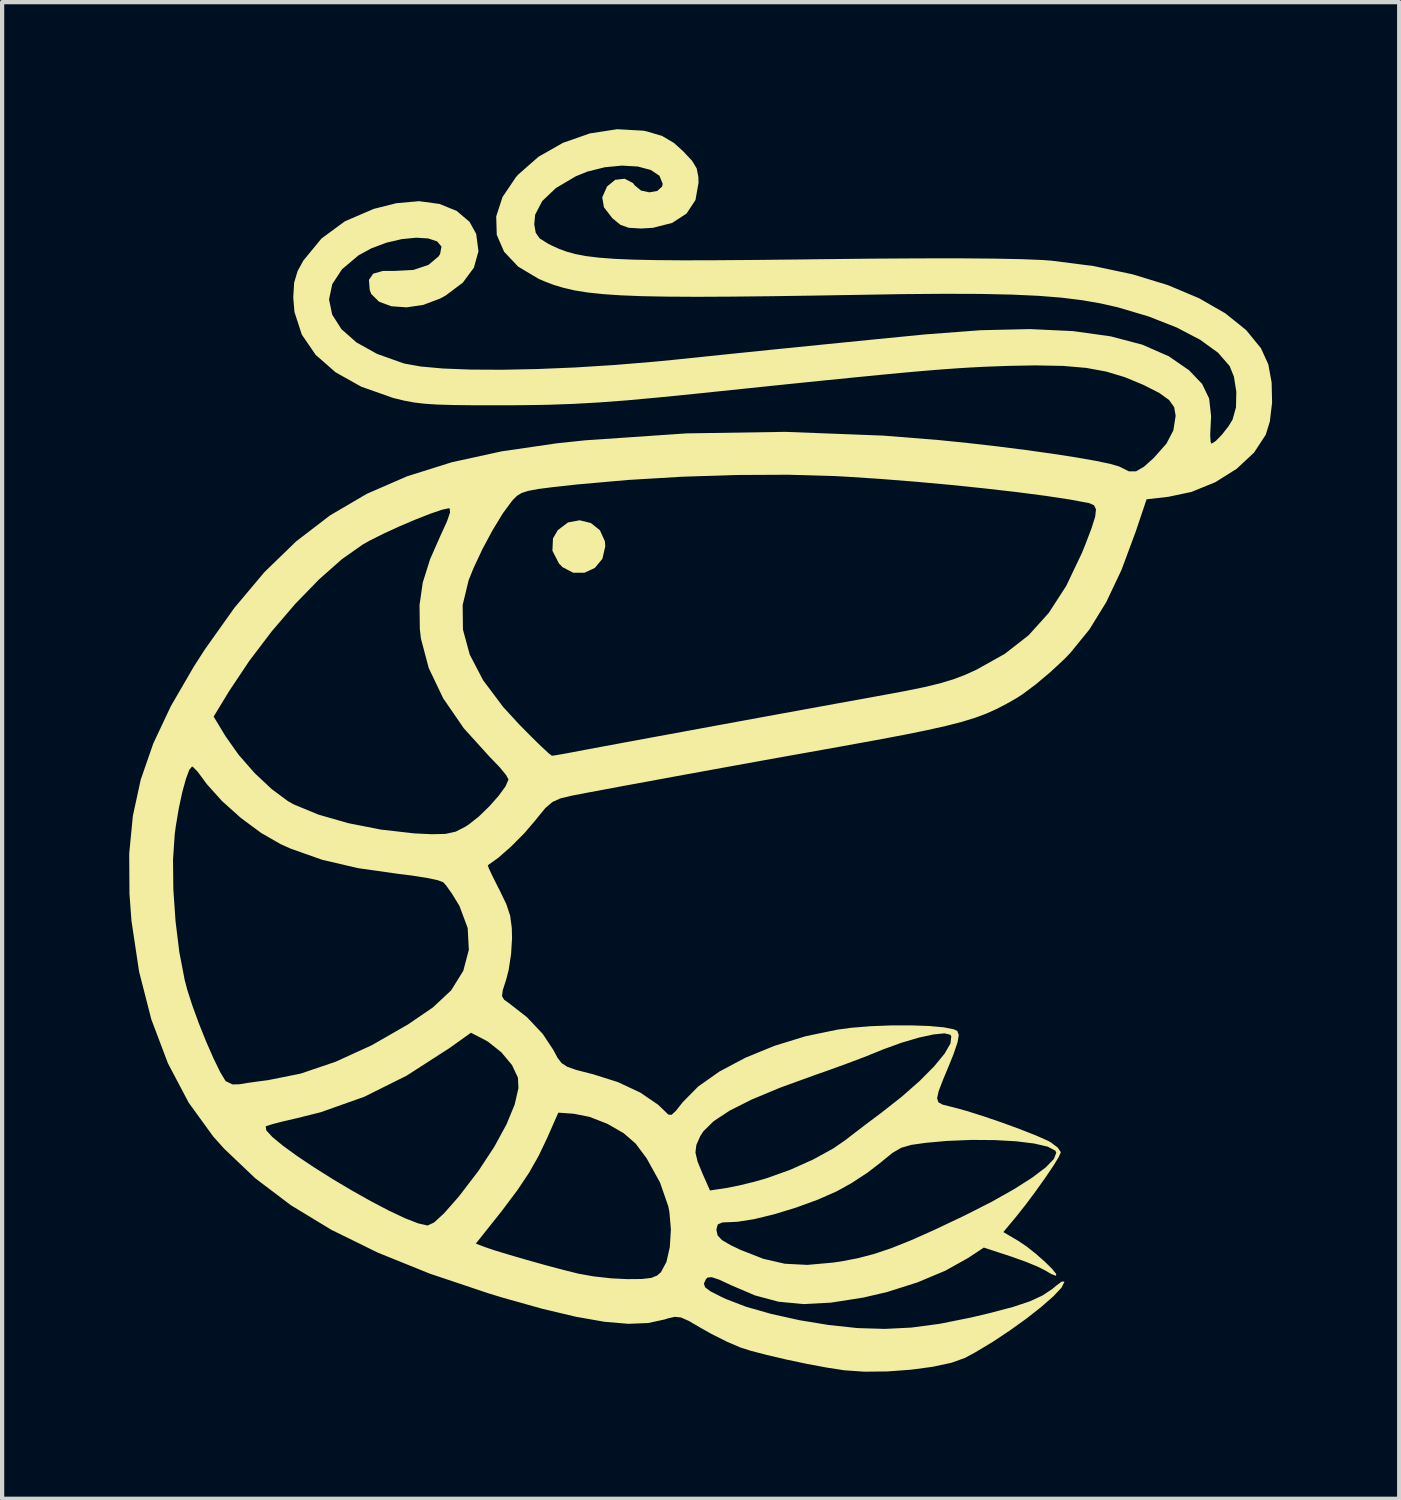
<source format=kicad_pcb>
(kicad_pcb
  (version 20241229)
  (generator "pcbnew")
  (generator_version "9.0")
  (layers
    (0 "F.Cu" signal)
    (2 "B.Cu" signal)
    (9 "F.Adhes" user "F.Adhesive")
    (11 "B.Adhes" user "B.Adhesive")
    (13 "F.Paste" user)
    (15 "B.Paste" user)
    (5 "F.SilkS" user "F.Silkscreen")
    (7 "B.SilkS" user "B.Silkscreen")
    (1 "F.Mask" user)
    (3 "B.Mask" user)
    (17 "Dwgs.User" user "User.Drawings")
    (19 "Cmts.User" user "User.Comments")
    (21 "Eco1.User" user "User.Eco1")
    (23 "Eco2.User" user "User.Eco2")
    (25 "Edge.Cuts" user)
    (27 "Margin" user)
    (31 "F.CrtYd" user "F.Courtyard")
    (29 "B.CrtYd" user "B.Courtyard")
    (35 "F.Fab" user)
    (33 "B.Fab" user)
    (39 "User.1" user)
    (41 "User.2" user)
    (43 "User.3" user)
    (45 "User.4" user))
  (footprint "prawn_logo_inverted"
    (layer "F.Cu")
    (at 13.524 14.705)
    (property "Reference" "prawn_logo_inverted" (at 8.37 4.28 0) (layer "User.9") (effects (font (size 1.5 1.5) (thickness 0.3))))
    (attr board_only exclude_from_pos_files exclude_from_bom)
    (fp_poly (pts (xy -2.625 -5.408) (xy -2.413 -5.238) (xy -2.296 -4.979) (xy -2.286 -4.862) (xy -2.354 -4.565) (xy -2.531 -4.351) (xy -2.775 -4.236) (xy -3.044 -4.236) (xy -3.296 -4.367) (xy -3.381 -4.456) (xy -3.534 -4.755) (xy -3.521 -5.044) (xy -3.408 -5.24) (xy -3.166 -5.423) (xy -2.891 -5.474)) (stroke (width 0) (type solid)) (fill yes) (layer "F.SilkS"))
    (fp_poly (pts (xy -1.387 -14.67) (xy -1.301 -14.652) (xy -0.943 -14.545) (xy -0.664 -14.38) (xy -0.445 -14.182) (xy -0.237 -13.959) (xy -0.129 -13.78) (xy -0.089 -13.582) (xy -0.085 -13.442) (xy -0.157 -13.034) (xy -0.368 -12.714) (xy -0.707 -12.493) (xy -1.164 -12.377) (xy -1.443 -12.361) (xy -1.732 -12.378) (xy -1.929 -12.448) (xy -2.113 -12.599) (xy -2.123 -12.609) (xy -2.318 -12.862) (xy -2.358 -13.097) (xy -2.247 -13.347) (xy -2.239 -13.358) (xy -2.052 -13.51) (xy -1.83 -13.536) (xy -1.635 -13.436) (xy -1.589 -13.377) (xy -1.443 -13.257) (xy -1.247 -13.215) (xy -1.061 -13.247) (xy -0.945 -13.35) (xy -0.931 -13.416) (xy -1.007 -13.606) (xy -1.213 -13.743) (xy -1.517 -13.824) (xy -1.89 -13.846) (xy -2.298 -13.807) (xy -2.711 -13.704) (xy -2.984 -13.593) (xy -3.452 -13.316) (xy -3.774 -13.01) (xy -3.942 -12.687) (xy -3.963 -12.459) (xy -3.928 -12.261) (xy -3.835 -12.127) (xy -3.64 -12.005) (xy -3.556 -11.962) (xy -3.379 -11.881) (xy -3.193 -11.813) (xy -2.983 -11.756) (xy -2.735 -11.709) (xy -2.435 -11.673) (xy -2.069 -11.645) (xy -1.623 -11.626) (xy -1.082 -11.615) (xy -0.433 -11.61) (xy 0.339 -11.612) (xy 1.247 -11.619) (xy 2.307 -11.63) (xy 2.667 -11.635) (xy 3.967 -11.649) (xy 5.107 -11.656) (xy 6.087 -11.657) (xy 6.903 -11.65) (xy 7.555 -11.637) (xy 8.04 -11.617) (xy 8.246 -11.602) (xy 9.238 -11.475) (xy 10.159 -11.28) (xy 10.993 -11.025) (xy 11.728 -10.716) (xy 12.348 -10.36) (xy 12.841 -9.964) (xy 13.191 -9.535) (xy 13.364 -9.156) (xy 13.443 -8.727) (xy 13.454 -8.252) (xy 13.4 -7.802) (xy 13.304 -7.493) (xy 13.028 -7.071) (xy 12.619 -6.69) (xy 12.115 -6.373) (xy 11.55 -6.143) (xy 11.006 -6.028) (xy 10.491 -5.969) (xy 10.235 -5.207) (xy 9.899 -4.302) (xy 9.539 -3.541) (xy 9.142 -2.897) (xy 8.693 -2.345) (xy 8.554 -2.201) (xy 8.227 -1.896) (xy 7.879 -1.603) (xy 7.563 -1.367) (xy 7.429 -1.28) (xy 7.183 -1.14) (xy 6.948 -1.018) (xy 6.707 -0.91) (xy 6.441 -0.811) (xy 6.132 -0.716) (xy 5.762 -0.621) (xy 5.312 -0.52) (xy 4.764 -0.409) (xy 4.101 -0.284) (xy 3.304 -0.139) (xy 2.54 -0.002) (xy 2.007 0.093) (xy 1.4 0.202) (xy 0.745 0.321) (xy 0.068 0.444) (xy -0.607 0.567) (xy -1.251 0.686) (xy -1.841 0.794) (xy -2.35 0.889) (xy -2.752 0.964) (xy -3.021 1.016) (xy -3.074 1.026) (xy -3.342 1.09) (xy -3.531 1.174) (xy -3.696 1.314) (xy -3.891 1.55) (xy -3.94 1.613) (xy -4.199 1.915) (xy -4.506 2.224) (xy -4.81 2.492) (xy -5.06 2.67) (xy -5.034 2.745) (xy -4.946 2.932) (xy -4.815 3.194) (xy -4.784 3.252) (xy -4.621 3.59) (xy -4.531 3.863) (xy -4.493 4.149) (xy -4.487 4.394) (xy -4.51 4.768) (xy -4.568 5.146) (xy -4.628 5.377) (xy -4.707 5.621) (xy -4.724 5.758) (xy -4.675 5.843) (xy -4.565 5.921) (xy -4.135 6.256) (xy -3.764 6.649) (xy -3.513 7.028) (xy -3.413 7.215) (xy -3.317 7.34) (xy -3.183 7.427) (xy -2.972 7.501) (xy -2.643 7.586) (xy -2.58 7.601) (xy -1.986 7.789) (xy -1.459 8.036) (xy -1.041 8.321) (xy -0.89 8.465) (xy -0.799 8.554) (xy -0.722 8.561) (xy -0.621 8.469) (xy -0.458 8.262) (xy -0.094 7.893) (xy 0.408 7.539) (xy 1.019 7.214) (xy 1.707 6.932) (xy 2.441 6.706) (xy 3.192 6.55) (xy 3.508 6.507) (xy 3.972 6.469) (xy 4.457 6.45) (xy 4.931 6.449) (xy 5.36 6.464) (xy 5.709 6.496) (xy 5.945 6.543) (xy 6.024 6.583) (xy 6.058 6.676) (xy 6.029 6.85) (xy 5.933 7.131) (xy 5.849 7.341) (xy 5.685 7.736) (xy 5.583 8.002) (xy 5.546 8.168) (xy 5.576 8.264) (xy 5.674 8.319) (xy 5.843 8.362) (xy 5.926 8.382) (xy 6.251 8.471) (xy 6.652 8.598) (xy 7.088 8.747) (xy 7.512 8.903) (xy 7.881 9.048) (xy 8.152 9.168) (xy 8.228 9.209) (xy 8.392 9.332) (xy 8.466 9.44) (xy 8.467 9.445) (xy 8.418 9.556) (xy 8.289 9.767) (xy 8.1 10.046) (xy 7.876 10.361) (xy 7.639 10.679) (xy 7.412 10.966) (xy 7.368 11.019) (xy 7.11 11.328) (xy 7.471 11.541) (xy 7.667 11.674) (xy 7.886 11.848) (xy 8.095 12.033) (xy 8.263 12.199) (xy 8.358 12.318) (xy 8.353 12.361) (xy 8.243 12.319) (xy 8.094 12.232) (xy 7.918 12.143) (xy 7.637 12.028) (xy 7.309 11.911) (xy 7.273 11.899) (xy 6.649 11.694) (xy 6.281 11.938) (xy 5.74 12.24) (xy 5.085 12.515) (xy 4.367 12.743) (xy 3.797 12.876) (xy 3.039 12.994) (xy 2.388 13.028) (xy 1.804 12.972) (xy 1.246 12.823) (xy 0.694 12.587) (xy 0.404 12.452) (xy 0.227 12.393) (xy 0.128 12.401) (xy 0.086 12.445) (xy 0.041 12.546) (xy 0.07 12.632) (xy 0.197 12.727) (xy 0.446 12.854) (xy 0.573 12.913) (xy 1.042 13.093) (xy 1.633 13.261) (xy 2.295 13.408) (xy 2.981 13.521) (xy 3.642 13.592) (xy 3.682 13.595) (xy 4.312 13.614) (xy 4.936 13.583) (xy 5.601 13.495) (xy 6.35 13.345) (xy 6.808 13.236) (xy 7.34 13.095) (xy 7.738 12.962) (xy 8.037 12.824) (xy 8.273 12.666) (xy 8.361 12.591) (xy 8.491 12.495) (xy 8.551 12.499) (xy 8.551 12.504) (xy 8.483 12.64) (xy 8.294 12.842) (xy 8.01 13.091) (xy 7.657 13.369) (xy 7.26 13.654) (xy 6.845 13.929) (xy 6.437 14.173) (xy 6.201 14.3) (xy 5.881 14.414) (xy 5.438 14.509) (xy 4.919 14.578) (xy 4.368 14.618) (xy 3.832 14.624) (xy 3.356 14.591) (xy 3.344 14.589) (xy 2.948 14.528) (xy 2.481 14.441) (xy 1.992 14.338) (xy 1.53 14.23) (xy 1.143 14.129) (xy 0.902 14.052) (xy 0.581 13.914) (xy 0.213 13.729) (xy -0.047 13.582) (xy -0.318 13.424) (xy -0.499 13.344) (xy -0.645 13.329) (xy -0.81 13.366) (xy -0.889 13.392) (xy -1.274 13.475) (xy -1.741 13.494) (xy -2.304 13.446) (xy -2.976 13.328) (xy -3.769 13.14) (xy -4.696 12.88) (xy -5.038 12.776) (xy -6.427 12.31) (xy -7.662 11.811) (xy -8.09 11.6) (xy -5.342 11.6) (xy -5.12 11.685) (xy -4.895 11.761) (xy -4.552 11.865) (xy -4.137 11.986) (xy -3.694 12.11) (xy -3.27 12.223) (xy -2.921 12.31) (xy -2.565 12.374) (xy -2.137 12.421) (xy -1.77 12.439) (xy -1.425 12.436) (xy -1.204 12.411) (xy -1.063 12.355) (xy -0.972 12.275) (xy -0.843 12.034) (xy -0.763 11.682) (xy -0.739 11.29) (xy 0.339 11.29) (xy 0.366 11.409) (xy 0.468 11.517) (xy 0.676 11.639) (xy 0.91 11.75) (xy 1.446 11.96) (xy 1.953 12.076) (xy 2.485 12.103) (xy 3.097 12.048) (xy 3.296 12.018) (xy 3.678 11.945) (xy 4.056 11.846) (xy 4.461 11.71) (xy 4.922 11.526) (xy 5.468 11.283) (xy 6.129 10.97) (xy 6.214 10.929) (xy 6.832 10.615) (xy 7.362 10.316) (xy 7.793 10.042) (xy 8.112 9.8) (xy 8.305 9.601) (xy 8.36 9.454) (xy 8.337 9.406) (xy 8.157 9.312) (xy 7.839 9.238) (xy 7.411 9.185) (xy 6.905 9.157) (xy 6.349 9.153) (xy 5.774 9.177) (xy 5.275 9.222) (xy 4.938 9.27) (xy 4.701 9.338) (xy 4.495 9.457) (xy 4.249 9.657) (xy 4.219 9.683) (xy 3.903 9.926) (xy 3.519 10.177) (xy 3.177 10.366) (xy 2.725 10.565) (xy 2.218 10.75) (xy 1.702 10.908) (xy 1.225 11.024) (xy 0.833 11.085) (xy 0.71 11.091) (xy 0.478 11.101) (xy 0.37 11.147) (xy 0.339 11.253) (xy 0.339 11.29) (xy -0.739 11.29) (xy -0.737 11.27) (xy -0.773 10.851) (xy -0.799 10.72) (xy -0.995 10.157) (xy -1.308 9.591) (xy -1.411 9.452) (xy -0.158 9.452) (xy -0.107 9.666) (xy 0.008 9.946) (xy 0.185 10.346) (xy 0.573 10.288) (xy 0.867 10.23) (xy 1.231 10.141) (xy 1.518 10.059) (xy 2.075 9.86) (xy 2.621 9.615) (xy 3.098 9.353) (xy 3.387 9.153) (xy 3.603 8.986) (xy 3.895 8.763) (xy 4.205 8.531) (xy 4.233 8.51) (xy 4.717 8.129) (xy 5.136 7.76) (xy 5.476 7.417) (xy 5.723 7.117) (xy 5.862 6.875) (xy 5.881 6.707) (xy 5.857 6.669) (xy 5.72 6.637) (xy 5.46 6.663) (xy 5.111 6.739) (xy 4.706 6.859) (xy 4.278 7.014) (xy 4.127 7.076) (xy 3.821 7.199) (xy 3.415 7.352) (xy 2.969 7.514) (xy 2.667 7.62) (xy 1.84 7.92) (xy 1.171 8.199) (xy 0.652 8.46) (xy 0.274 8.709) (xy 0.029 8.95) (xy -0.046 9.066) (xy -0.137 9.273) (xy -0.158 9.452) (xy -1.411 9.452) (xy -1.569 9.24) (xy -1.852 8.994) (xy -2.236 8.773) (xy -2.657 8.609) (xy -3.031 8.535) (xy -3.395 8.509) (xy -3.656 9.102) (xy -3.859 9.528) (xy -4.084 9.925) (xy -4.359 10.337) (xy -4.712 10.808) (xy -4.886 11.028) (xy -5.342 11.6) (xy -8.09 11.6) (xy -8.752 11.275) (xy -9.71 10.693) (xy -10.548 10.059) (xy -11.277 9.366) (xy -11.542 9.071) (xy -11.713 8.835) (xy -10.302 8.835) (xy -10.288 8.928) (xy -10.144 9.085) (xy -9.894 9.291) (xy -9.559 9.534) (xy -9.162 9.8) (xy -8.724 10.076) (xy -8.268 10.347) (xy -7.816 10.601) (xy -7.39 10.824) (xy -7.011 11.003) (xy -6.703 11.123) (xy -6.487 11.172) (xy -6.477 11.172) (xy -6.327 11.102) (xy -6.093 10.887) (xy -5.777 10.528) (xy -5.718 10.457) (xy -5.275 9.877) (xy -4.905 9.313) (xy -4.618 8.786) (xy -4.425 8.318) (xy -4.336 7.929) (xy -4.348 7.683) (xy -4.489 7.384) (xy -4.741 7.083) (xy -5.054 6.835) (xy -5.152 6.78) (xy -5.457 6.623) (xy -5.967 6.987) (xy -6.977 7.637) (xy -7.979 8.136) (xy -9.003 8.499) (xy -9.554 8.637) (xy -9.879 8.712) (xy -10.136 8.778) (xy -10.284 8.825) (xy -10.302 8.835) (xy -11.713 8.835) (xy -12.121 8.272) (xy -12.61 7.345) (xy -13.002 6.307) (xy -13.291 5.179) (xy -13.471 3.978) (xy -13.518 3.344) (xy -13.523 2.538) (xy -12.49 2.538) (xy -12.482 3.246) (xy -12.43 3.995) (xy -12.34 4.725) (xy -12.215 5.375) (xy -12.153 5.611) (xy -12.031 5.989) (xy -11.876 6.413) (xy -11.704 6.841) (xy -11.532 7.233) (xy -11.377 7.55) (xy -11.257 7.751) (xy -11.245 7.766) (xy -11.086 7.843) (xy -10.93 7.84) (xy -10.719 7.806) (xy -10.424 7.765) (xy -10.245 7.742) (xy -9.478 7.588) (xy -8.65 7.307) (xy -7.795 6.916) (xy -6.945 6.428) (xy -6.356 6.026) (xy -5.923 5.621) (xy -5.638 5.161) (xy -5.507 4.665) (xy -5.534 4.152) (xy -5.724 3.641) (xy -5.75 3.594) (xy -5.904 3.343) (xy -6.043 3.147) (xy -6.111 3.071) (xy -6.239 3.023) (xy -6.496 2.968) (xy -6.841 2.914) (xy -7.156 2.875) (xy -8.127 2.737) (xy -8.967 2.541) (xy -9.709 2.279) (xy -9.95 2.171) (xy -10.409 1.907) (xy -10.888 1.553) (xy -11.333 1.154) (xy -11.691 0.756) (xy -11.777 0.638) (xy -11.915 0.454) (xy -12.019 0.349) (xy -12.041 0.339) (xy -12.106 0.417) (xy -12.185 0.629) (xy -12.271 0.943) (xy -12.353 1.324) (xy -12.423 1.74) (xy -12.449 1.93) (xy -12.49 2.538) (xy -13.523 2.538) (xy -13.524 2.395) (xy -13.438 1.505) (xy -13.252 0.648) (xy -12.955 -0.207) (xy -12.657 -0.84) (xy -11.531 -0.84) (xy -11.252 -0.378) (xy -10.943 0.06) (xy -10.566 0.491) (xy -10.163 0.87) (xy -9.776 1.157) (xy -9.645 1.231) (xy -9.06 1.473) (xy -8.358 1.675) (xy -7.587 1.827) (xy -6.798 1.917) (xy -6.384 1.937) (xy -6.057 1.929) (xy -5.818 1.877) (xy -5.587 1.758) (xy -5.506 1.705) (xy -5.271 1.519) (xy -5.026 1.282) (xy -4.805 1.032) (xy -4.642 0.809) (xy -4.573 0.651) (xy -4.572 0.641) (xy -4.629 0.538) (xy -4.778 0.357) (xy -4.989 0.137) (xy -5.003 0.124) (xy -5.626 -0.564) (xy -6.113 -1.272) (xy -6.453 -1.984) (xy -6.639 -2.686) (xy -6.664 -2.91) (xy -6.671 -3.472) (xy -6.671 -3.474) (xy -5.653 -3.474) (xy -5.646 -2.893) (xy -5.486 -2.304) (xy -5.171 -1.699) (xy -4.697 -1.067) (xy -4.327 -0.664) (xy -4.044 -0.377) (xy -3.804 -0.142) (xy -3.63 0.02) (xy -3.548 0.084) (xy -3.546 0.085) (xy -3.441 0.07) (xy -3.224 0.032) (xy -3.038 -0.003) (xy -2.758 -0.056) (xy -2.335 -0.135) (xy -1.796 -0.235) (xy -1.164 -0.352) (xy -0.466 -0.48) (xy 0.275 -0.617) (xy 1.034 -0.756) (xy 1.786 -0.894) (xy 2.505 -1.025) (xy 3.168 -1.146) (xy 3.749 -1.251) (xy 4.149 -1.324) (xy 4.761 -1.437) (xy 5.239 -1.534) (xy 5.616 -1.625) (xy 5.924 -1.718) (xy 6.198 -1.821) (xy 6.471 -1.944) (xy 6.477 -1.947) (xy 7.144 -2.321) (xy 7.705 -2.758) (xy 8.18 -3.284) (xy 8.593 -3.922) (xy 8.963 -4.698) (xy 9.046 -4.902) (xy 9.196 -5.297) (xy 9.279 -5.565) (xy 9.297 -5.732) (xy 9.252 -5.826) (xy 9.147 -5.875) (xy 9.123 -5.881) (xy 8.69 -5.962) (xy 8.119 -6.049) (xy 7.438 -6.138) (xy 6.678 -6.225) (xy 5.869 -6.309) (xy 5.041 -6.384) (xy 4.223 -6.449) (xy 3.446 -6.5) (xy 3.138 -6.517) (xy 2.028 -6.549) (xy 0.808 -6.543) (xy -0.468 -6.502) (xy -1.744 -6.426) (xy -2.965 -6.318) (xy -3.048 -6.309) (xy -3.528 -6.256) (xy -3.87 -6.212) (xy -4.104 -6.168) (xy -4.26 -6.118) (xy -4.369 -6.052) (xy -4.459 -5.964) (xy -4.491 -5.927) (xy -4.704 -5.638) (xy -4.945 -5.243) (xy -5.186 -4.794) (xy -5.397 -4.344) (xy -5.512 -4.058) (xy -5.653 -3.474) (xy -6.671 -3.474) (xy -6.595 -4.002) (xy -6.422 -4.554) (xy -6.181 -5.101) (xy -6.024 -5.444) (xy -5.951 -5.656) (xy -5.958 -5.75) (xy -5.981 -5.757) (xy -6.144 -5.722) (xy -6.418 -5.628) (xy -6.765 -5.492) (xy -7.145 -5.33) (xy -7.518 -5.159) (xy -7.844 -4.996) (xy -8.011 -4.902) (xy -8.504 -4.555) (xy -9.042 -4.079) (xy -9.602 -3.503) (xy -10.159 -2.853) (xy -10.689 -2.155) (xy -11.168 -1.437) (xy -11.217 -1.356) (xy -11.531 -0.84) (xy -12.657 -0.84) (xy -12.54 -1.088) (xy -11.997 -2.023) (xy -11.735 -2.43) (xy -11.042 -3.406) (xy -10.331 -4.251) (xy -9.584 -4.975) (xy -8.786 -5.587) (xy -7.918 -6.097) (xy -6.964 -6.512) (xy -5.908 -6.844) (xy -4.732 -7.101) (xy -3.42 -7.292) (xy -2.752 -7.362) (xy -0.366 -7.525) (xy 1.961 -7.561) (xy 4.281 -7.472) (xy 5.588 -7.367) (xy 6.277 -7.297) (xy 6.967 -7.218) (xy 7.636 -7.133) (xy 8.259 -7.046) (xy 8.814 -6.96) (xy 9.279 -6.879) (xy 9.629 -6.806) (xy 9.842 -6.744) (xy 9.882 -6.725) (xy 10.073 -6.629) (xy 10.24 -6.629) (xy 10.429 -6.737) (xy 10.661 -6.946) (xy 10.959 -7.281) (xy 11.123 -7.595) (xy 11.176 -7.931) (xy 11.176 -7.951) (xy 11.142 -8.145) (xy 11.023 -8.312) (xy 10.793 -8.478) (xy 10.427 -8.665) (xy 10.414 -8.671) (xy 9.977 -8.852) (xy 9.539 -8.984) (xy 9.064 -9.071) (xy 8.518 -9.118) (xy 7.867 -9.13) (xy 7.256 -9.119) (xy 6.939 -9.108) (xy 6.634 -9.096) (xy 6.327 -9.08) (xy 6.003 -9.06) (xy 5.645 -9.034) (xy 5.24 -9.001) (xy 4.772 -8.96) (xy 4.225 -8.908) (xy 3.586 -8.845) (xy 2.838 -8.77) (xy 1.966 -8.681) (xy 0.956 -8.576) (xy -0.169 -8.459) (xy -1.04 -8.372) (xy -1.782 -8.304) (xy -2.437 -8.255) (xy -3.044 -8.221) (xy -3.644 -8.2) (xy -4.277 -8.19) (xy -4.699 -8.188) (xy -5.345 -8.188) (xy -5.851 -8.194) (xy -6.245 -8.205) (xy -6.555 -8.225) (xy -6.81 -8.256) (xy -7.039 -8.299) (xy -7.271 -8.356) (xy -7.31 -8.367) (xy -8.046 -8.627) (xy -8.653 -8.967) (xy -9.123 -9.379) (xy -9.449 -9.855) (xy -9.623 -10.389) (xy -9.652 -10.732) (xy -9.631 -11.081) (xy -9.55 -11.355) (xy -9.412 -11.606) (xy -8.985 -12.125) (xy -8.433 -12.531) (xy -7.756 -12.823) (xy -7.22 -12.958) (xy -6.684 -13.006) (xy -6.199 -12.941) (xy -5.792 -12.775) (xy -5.49 -12.518) (xy -5.333 -12.233) (xy -5.28 -11.824) (xy -5.388 -11.436) (xy -5.65 -11.082) (xy -6.059 -10.776) (xy -6.189 -10.706) (xy -6.583 -10.558) (xy -6.977 -10.5) (xy -7.336 -10.526) (xy -7.626 -10.633) (xy -7.81 -10.815) (xy -7.846 -10.907) (xy -7.865 -11.148) (xy -7.765 -11.295) (xy -7.534 -11.36) (xy -7.258 -11.36) (xy -6.816 -11.383) (xy -6.46 -11.502) (xy -6.22 -11.704) (xy -6.185 -11.761) (xy -6.153 -11.935) (xy -6.255 -12.057) (xy -6.463 -12.126) (xy -6.75 -12.144) (xy -7.088 -12.111) (xy -7.45 -12.027) (xy -7.809 -11.893) (xy -8.112 -11.727) (xy -8.501 -11.399) (xy -8.731 -11.048) (xy -8.807 -10.687) (xy -8.733 -10.329) (xy -8.516 -9.987) (xy -8.161 -9.673) (xy -7.673 -9.401) (xy -7.059 -9.182) (xy -7.018 -9.171) (xy -6.64 -9.103) (xy -6.115 -9.056) (xy -5.466 -9.031) (xy -4.715 -9.027) (xy -3.884 -9.044) (xy -2.995 -9.081) (xy -2.069 -9.139) (xy -1.129 -9.217) (xy -0.677 -9.261) (xy 0.575 -9.391) (xy 1.739 -9.51) (xy 2.88 -9.625) (xy 4.063 -9.743) (xy 5.261 -9.861) (xy 6.572 -9.96) (xy 7.736 -9.987) (xy 8.756 -9.939) (xy 9.64 -9.816) (xy 10.391 -9.619) (xy 11.015 -9.345) (xy 11.494 -9.015) (xy 11.802 -8.692) (xy 11.968 -8.348) (xy 12.014 -7.931) (xy 12.005 -7.747) (xy 11.993 -7.492) (xy 12.003 -7.323) (xy 12.022 -7.281) (xy 12.123 -7.344) (xy 12.272 -7.497) (xy 12.423 -7.691) (xy 12.52 -7.847) (xy 12.601 -8.138) (xy 12.61 -8.503) (xy 12.553 -8.864) (xy 12.452 -9.114) (xy 12.179 -9.428) (xy 11.757 -9.734) (xy 11.205 -10.023) (xy 10.542 -10.284) (xy 9.819 -10.499) (xy 9.411 -10.592) (xy 8.974 -10.668) (xy 8.491 -10.728) (xy 7.942 -10.772) (xy 7.31 -10.801) (xy 6.575 -10.817) (xy 5.721 -10.82) (xy 4.728 -10.812) (xy 3.979 -10.8) (xy 2.731 -10.779) (xy 1.639 -10.763) (xy 0.69 -10.753) (xy -0.127 -10.749) (xy -0.827 -10.753) (xy -1.422 -10.764) (xy -1.924 -10.784) (xy -2.347 -10.813) (xy -2.703 -10.851) (xy -3.006 -10.899) (xy -3.267 -10.959) (xy -3.5 -11.029) (xy -3.718 -11.112) (xy -3.861 -11.174) (xy -4.345 -11.463) (xy -4.675 -11.813) (xy -4.848 -12.212) (xy -4.861 -12.647) (xy -4.712 -13.104) (xy -4.398 -13.57) (xy -4.344 -13.632) (xy -3.864 -14.054) (xy -3.286 -14.383) (xy -2.653 -14.605) (xy -2.006 -14.705)) (stroke (width 0) (type solid)) (fill yes) (layer "F.SilkS")))
  (gr_rect
    (start -3 -3)
    (end 29.978 32.329)
    (stroke (width 0.1) (type default))
    (fill no)
    (layer "Edge.Cuts")))
</source>
